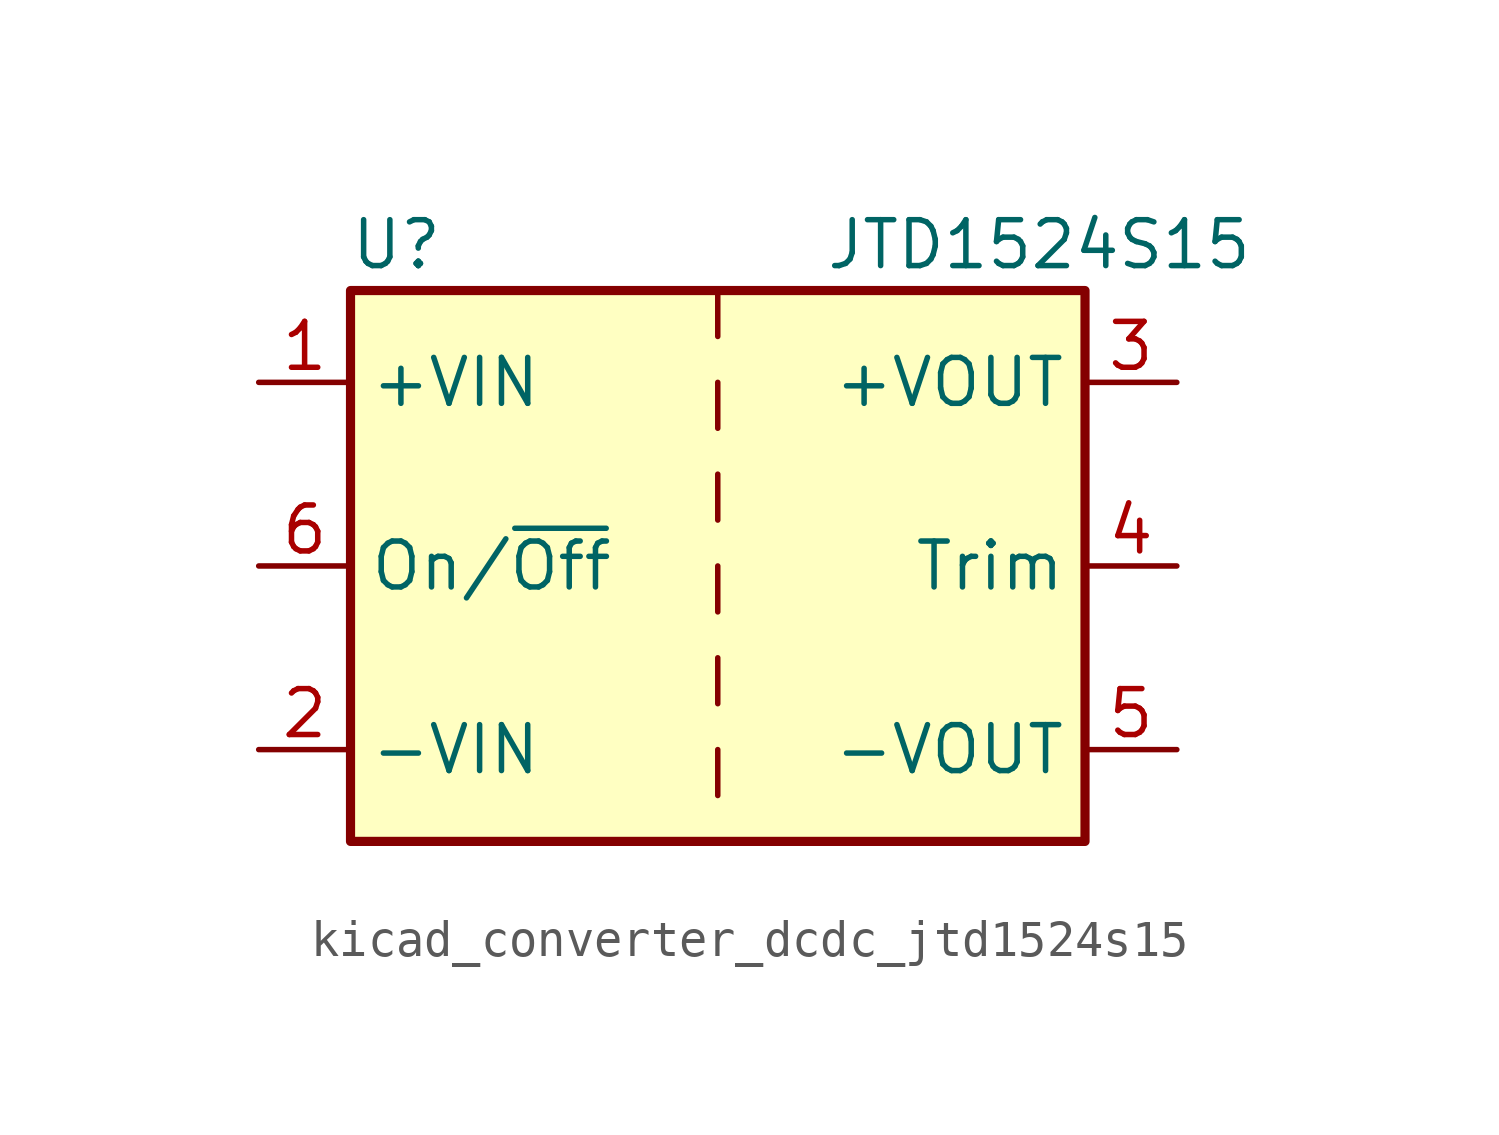
<source format=kicad_sym>
(kicad_symbol_lib
  (version 20220914)
  (generator kicad_symbol_editor)
  (symbol "kicad_converter_dcdc_jtd1524s15"
    (property "Reference" "U"
      (at -8.89 8.89 0)
      (effects (font (size 1.27 1.27))))
    (property "Value" "JTD1524S15"
      (at 8.89 8.89 0)
      (effects (font (size 1.27 1.27))))
    (symbol "kicad_converter_dcdc_jtd1524s15_0_1"
      (rectangle (start -10.16 7.62) (end 10.16 -7.62) (stroke (width 0.254) (type default)) (fill (type background)))
      (polyline (pts (xy 0 -5.08) (xy 0 -6.35)) (stroke (width 0) (type default)) (fill (type none)))
      (polyline (pts (xy 0 -2.54) (xy 0 -3.81)) (stroke (width 0) (type default)) (fill (type none)))
      (polyline (pts (xy 0 0) (xy 0 -1.27)) (stroke (width 0) (type default)) (fill (type none)))
      (polyline (pts (xy 0 2.54) (xy 0 1.27)) (stroke (width 0) (type default)) (fill (type none)))
      (polyline (pts (xy 0 5.08) (xy 0 3.81)) (stroke (width 0) (type default)) (fill (type none)))
      (polyline (pts (xy 0 7.62) (xy 0 6.35)) (stroke (width 0) (type default)) (fill (type none))))
    (symbol "kicad_converter_dcdc_jtd1524s15_1_1"
      (pin power_in line (at -12.7 5.08 0) (length 2.54) (name "+VIN" (effects (font (size 1.27 1.27)))) (number "1" (effects (font (size 1.27 1.27)))))
      (pin power_in line (at -12.7 -5.08 0) (length 2.54) (name "-VIN" (effects (font (size 1.27 1.27)))) (number "2" (effects (font (size 1.27 1.27)))))
      (pin power_out line (at 12.7 5.08 180) (length 2.54) (name "+VOUT" (effects (font (size 1.27 1.27)))) (number "3" (effects (font (size 1.27 1.27)))))
      (pin input line (at 12.7 0 180) (length 2.54) (name "Trim" (effects (font (size 1.27 1.27)))) (number "4" (effects (font (size 1.27 1.27)))))
      (pin power_out line (at 12.7 -5.08 180) (length 2.54) (name "-VOUT" (effects (font (size 1.27 1.27)))) (number "5" (effects (font (size 1.27 1.27)))))
      (pin input line (at -12.7 0 0) (length 2.54) (name "On/~{Off}" (effects (font (size 1.27 1.27)))) (number "6" (effects (font (size 1.27 1.27))))))))
</source>
